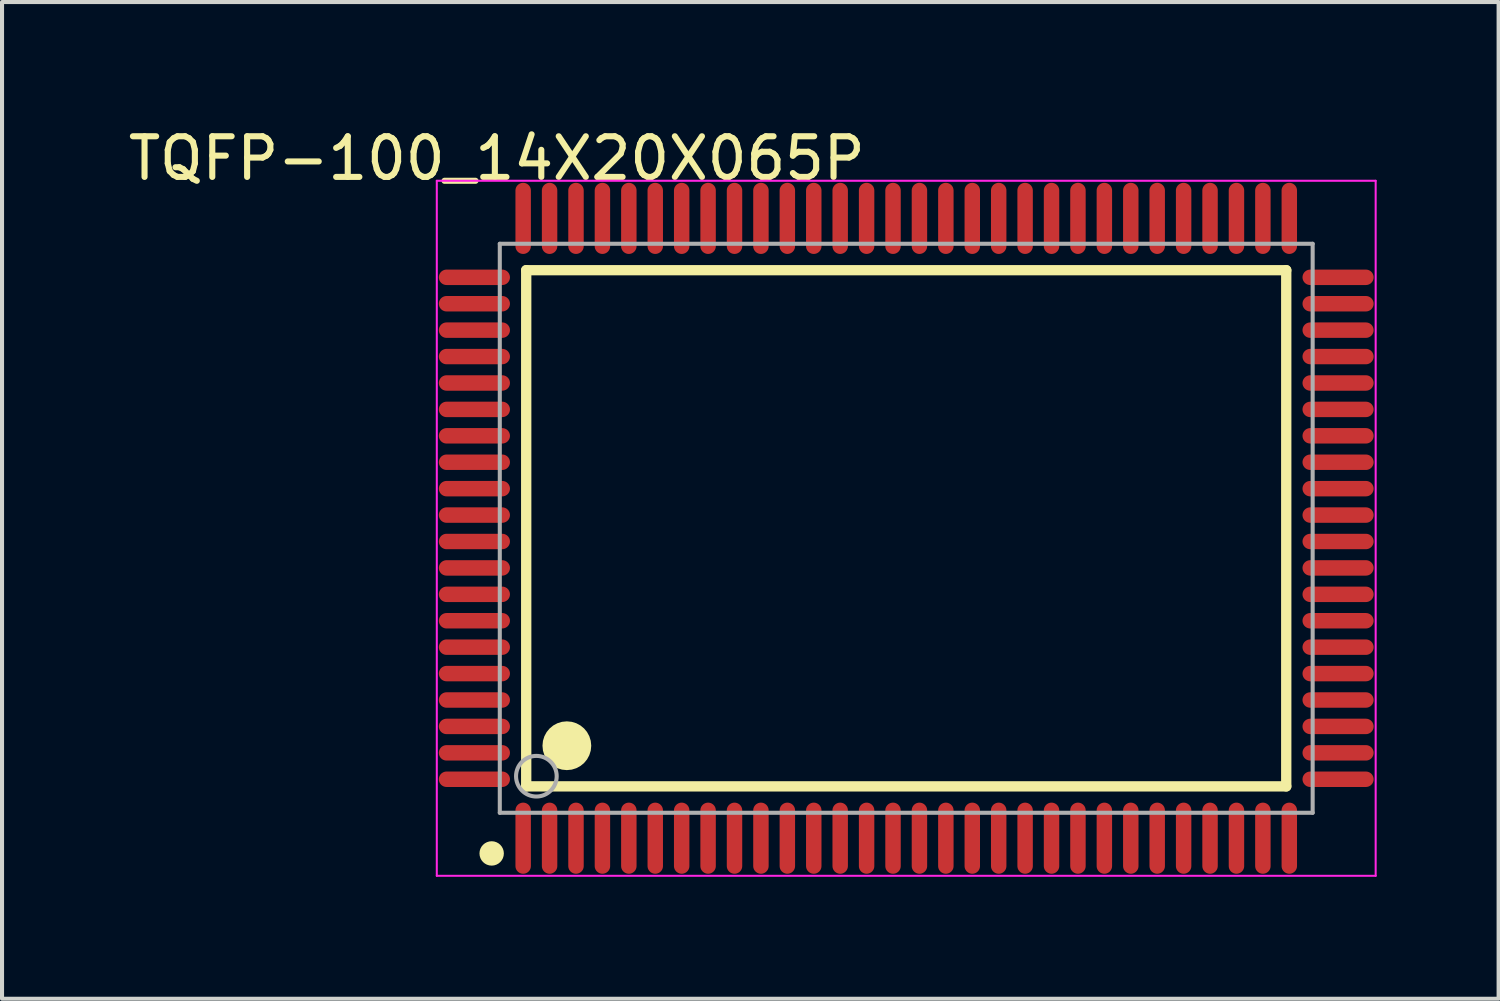
<source format=kicad_pcb>
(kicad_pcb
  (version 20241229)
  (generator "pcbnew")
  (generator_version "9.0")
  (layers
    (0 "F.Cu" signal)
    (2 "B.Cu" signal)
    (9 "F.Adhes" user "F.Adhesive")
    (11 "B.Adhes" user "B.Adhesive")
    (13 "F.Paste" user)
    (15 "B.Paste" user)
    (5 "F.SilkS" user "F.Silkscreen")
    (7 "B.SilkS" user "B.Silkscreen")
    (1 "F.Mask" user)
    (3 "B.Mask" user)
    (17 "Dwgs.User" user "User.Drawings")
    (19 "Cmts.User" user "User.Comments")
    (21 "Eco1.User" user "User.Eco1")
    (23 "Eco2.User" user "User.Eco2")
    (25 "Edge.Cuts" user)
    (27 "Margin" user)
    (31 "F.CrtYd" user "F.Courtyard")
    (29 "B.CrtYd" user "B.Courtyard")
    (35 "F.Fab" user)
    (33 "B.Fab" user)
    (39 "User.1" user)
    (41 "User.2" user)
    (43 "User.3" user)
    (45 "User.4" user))
  (footprint "TQFP-100_14X20X065P"
    (layer "F.Cu")
    (at 19.247 9.948)
    (property "Reference" "TQFP-100_14X20X065P" (at -10.074 -9.1 0) (layer "F.SilkS") (effects (font (size 1 1) (thickness 0.15))))
    (attr through_hole)
    (fp_line (start -9.35 -6.35) (end 9.35 -6.35) (stroke (width 0.254) (type solid)) (layer "F.SilkS"))
    (fp_line (start -9.35 6.35) (end -9.35 -6.35) (stroke (width 0.254) (type solid)) (layer "F.SilkS"))
    (fp_line (start -9.35 6.35) (end 9.35 6.35) (stroke (width 0.254) (type solid)) (layer "F.SilkS"))
    (fp_line (start 9.35 6.35) (end 9.35 -6.35) (stroke (width 0.254) (type solid)) (layer "F.SilkS"))
    (fp_circle (center -10.2 8) (end -10.05 8) (stroke (width 0.3) (type solid)) (fill no) (layer "F.SilkS"))
    (fp_circle (center -8.35 5.35) (end -8.05 5.35) (stroke (width 0.6) (type solid)) (fill no) (layer "F.SilkS"))
    (fp_line (start -11.55 -8.55) (end 11.55 -8.55) (stroke (width 0.05) (type solid)) (layer "F.CrtYd"))
    (fp_line (start -11.55 8.55) (end -11.55 -8.55) (stroke (width 0.05) (type solid)) (layer "F.CrtYd"))
    (fp_line (start 11.55 -8.55) (end 11.55 8.55) (stroke (width 0.05) (type solid)) (layer "F.CrtYd"))
    (fp_line (start 11.55 8.55) (end -11.55 8.55) (stroke (width 0.05) (type solid)) (layer "F.CrtYd"))
    (fp_line (start -10 -7) (end 10 -7) (stroke (width 0.1) (type solid)) (layer "F.Fab"))
    (fp_line (start -10 7) (end -10 -7) (stroke (width 0.1) (type solid)) (layer "F.Fab"))
    (fp_line (start -10 7) (end 10 7) (stroke (width 0.1) (type solid)) (layer "F.Fab"))
    (fp_line (start 10 7) (end 10 -7) (stroke (width 0.1) (type solid)) (layer "F.Fab"))
    (fp_circle (center -9.1 6.1) (end -8.6 6.1) (stroke (width 0.1) (type solid)) (fill no) (layer "F.Fab"))
    (pad "1" smd oval (at -9.425 7.625 180) (size 0.38 1.75) (layers "F.Cu" "F.Mask" "F.Paste"))
    (pad "2" smd oval (at -8.775 7.625 180) (size 0.38 1.75) (layers "F.Cu" "F.Mask" "F.Paste"))
    (pad "3" smd oval (at -8.125 7.625 180) (size 0.38 1.75) (layers "F.Cu" "F.Mask" "F.Paste"))
    (pad "4" smd oval (at -7.475 7.625 180) (size 0.38 1.75) (layers "F.Cu" "F.Mask" "F.Paste"))
    (pad "5" smd oval (at -6.825 7.625 180) (size 0.38 1.75) (layers "F.Cu" "F.Mask" "F.Paste"))
    (pad "6" smd oval (at -6.175 7.625 180) (size 0.38 1.75) (layers "F.Cu" "F.Mask" "F.Paste"))
    (pad "7" smd oval (at -5.525 7.625 180) (size 0.38 1.75) (layers "F.Cu" "F.Mask" "F.Paste"))
    (pad "8" smd oval (at -4.875 7.625 180) (size 0.38 1.75) (layers "F.Cu" "F.Mask" "F.Paste"))
    (pad "9" smd oval (at -4.225 7.625 180) (size 0.38 1.75) (layers "F.Cu" "F.Mask" "F.Paste"))
    (pad "10" smd oval (at -3.575 7.625 180) (size 0.38 1.75) (layers "F.Cu" "F.Mask" "F.Paste"))
    (pad "11" smd oval (at -2.925 7.625 180) (size 0.38 1.75) (layers "F.Cu" "F.Mask" "F.Paste"))
    (pad "12" smd oval (at -2.275 7.625 180) (size 0.38 1.75) (layers "F.Cu" "F.Mask" "F.Paste"))
    (pad "13" smd oval (at -1.625 7.625 180) (size 0.38 1.75) (layers "F.Cu" "F.Mask" "F.Paste"))
    (pad "14" smd oval (at -0.975 7.625 180) (size 0.38 1.75) (layers "F.Cu" "F.Mask" "F.Paste"))
    (pad "15" smd oval (at -0.325 7.625 180) (size 0.38 1.75) (layers "F.Cu" "F.Mask" "F.Paste"))
    (pad "16" smd oval (at 0.325 7.625 180) (size 0.38 1.75) (layers "F.Cu" "F.Mask" "F.Paste"))
    (pad "17" smd oval (at 0.975 7.625 180) (size 0.38 1.75) (layers "F.Cu" "F.Mask" "F.Paste"))
    (pad "18" smd oval (at 1.625 7.625 180) (size 0.38 1.75) (layers "F.Cu" "F.Mask" "F.Paste"))
    (pad "19" smd oval (at 2.275 7.625 180) (size 0.38 1.75) (layers "F.Cu" "F.Mask" "F.Paste"))
    (pad "20" smd oval (at 2.925 7.625 180) (size 0.38 1.75) (layers "F.Cu" "F.Mask" "F.Paste"))
    (pad "21" smd oval (at 3.575 7.625 180) (size 0.38 1.75) (layers "F.Cu" "F.Mask" "F.Paste"))
    (pad "22" smd oval (at 4.225 7.625 180) (size 0.38 1.75) (layers "F.Cu" "F.Mask" "F.Paste"))
    (pad "23" smd oval (at 4.875 7.625 180) (size 0.38 1.75) (layers "F.Cu" "F.Mask" "F.Paste"))
    (pad "24" smd oval (at 5.525 7.625 180) (size 0.38 1.75) (layers "F.Cu" "F.Mask" "F.Paste"))
    (pad "25" smd oval (at 6.175 7.625 180) (size 0.38 1.75) (layers "F.Cu" "F.Mask" "F.Paste"))
    (pad "26" smd oval (at 6.825 7.625 180) (size 0.38 1.75) (layers "F.Cu" "F.Mask" "F.Paste"))
    (pad "27" smd oval (at 7.475 7.625 180) (size 0.38 1.75) (layers "F.Cu" "F.Mask" "F.Paste"))
    (pad "28" smd oval (at 8.125 7.625 180) (size 0.38 1.75) (layers "F.Cu" "F.Mask" "F.Paste"))
    (pad "29" smd oval (at 8.775 7.625 180) (size 0.38 1.75) (layers "F.Cu" "F.Mask" "F.Paste"))
    (pad "30" smd oval (at 9.425 7.625 180) (size 0.38 1.75) (layers "F.Cu" "F.Mask" "F.Paste"))
    (pad "31" smd oval (at 10.625 6.175 90) (size 0.38 1.75) (layers "F.Cu" "F.Mask" "F.Paste"))
    (pad "32" smd oval (at 10.625 5.525 90) (size 0.38 1.75) (layers "F.Cu" "F.Mask" "F.Paste"))
    (pad "33" smd oval (at 10.625 4.875 90) (size 0.38 1.75) (layers "F.Cu" "F.Mask" "F.Paste"))
    (pad "34" smd oval (at 10.625 4.225 90) (size 0.38 1.75) (layers "F.Cu" "F.Mask" "F.Paste"))
    (pad "35" smd oval (at 10.625 3.575 90) (size 0.38 1.75) (layers "F.Cu" "F.Mask" "F.Paste"))
    (pad "36" smd oval (at 10.625 2.925 90) (size 0.38 1.75) (layers "F.Cu" "F.Mask" "F.Paste"))
    (pad "37" smd oval (at 10.625 2.275 90) (size 0.38 1.75) (layers "F.Cu" "F.Mask" "F.Paste"))
    (pad "38" smd oval (at 10.625 1.625 90) (size 0.38 1.75) (layers "F.Cu" "F.Mask" "F.Paste"))
    (pad "39" smd oval (at 10.625 0.975 90) (size 0.38 1.75) (layers "F.Cu" "F.Mask" "F.Paste"))
    (pad "40" smd oval (at 10.625 0.325 90) (size 0.38 1.75) (layers "F.Cu" "F.Mask" "F.Paste"))
    (pad "41" smd oval (at 10.625 -0.325 90) (size 0.38 1.75) (layers "F.Cu" "F.Mask" "F.Paste"))
    (pad "42" smd oval (at 10.625 -0.975 90) (size 0.38 1.75) (layers "F.Cu" "F.Mask" "F.Paste"))
    (pad "43" smd oval (at 10.625 -1.625 90) (size 0.38 1.75) (layers "F.Cu" "F.Mask" "F.Paste"))
    (pad "44" smd oval (at 10.625 -2.275 90) (size 0.38 1.75) (layers "F.Cu" "F.Mask" "F.Paste"))
    (pad "45" smd oval (at 10.625 -2.925 90) (size 0.38 1.75) (layers "F.Cu" "F.Mask" "F.Paste"))
    (pad "46" smd oval (at 10.625 -3.575 90) (size 0.38 1.75) (layers "F.Cu" "F.Mask" "F.Paste"))
    (pad "47" smd oval (at 10.625 -4.225 90) (size 0.38 1.75) (layers "F.Cu" "F.Mask" "F.Paste"))
    (pad "48" smd oval (at 10.625 -4.875 90) (size 0.38 1.75) (layers "F.Cu" "F.Mask" "F.Paste"))
    (pad "49" smd oval (at 10.625 -5.525 90) (size 0.38 1.75) (layers "F.Cu" "F.Mask" "F.Paste"))
    (pad "50" smd oval (at 10.625 -6.175 90) (size 0.38 1.75) (layers "F.Cu" "F.Mask" "F.Paste"))
    (pad "51" smd oval (at 9.425 -7.625 180) (size 0.38 1.75) (layers "F.Cu" "F.Mask" "F.Paste"))
    (pad "52" smd oval (at 8.775 -7.625 180) (size 0.38 1.75) (layers "F.Cu" "F.Mask" "F.Paste"))
    (pad "53" smd oval (at 8.125 -7.625 180) (size 0.38 1.75) (layers "F.Cu" "F.Mask" "F.Paste"))
    (pad "54" smd oval (at 7.475 -7.625 180) (size 0.38 1.75) (layers "F.Cu" "F.Mask" "F.Paste"))
    (pad "55" smd oval (at 6.825 -7.625 180) (size 0.38 1.75) (layers "F.Cu" "F.Mask" "F.Paste"))
    (pad "56" smd oval (at 6.175 -7.625 180) (size 0.38 1.75) (layers "F.Cu" "F.Mask" "F.Paste"))
    (pad "57" smd oval (at 5.525 -7.625 180) (size 0.38 1.75) (layers "F.Cu" "F.Mask" "F.Paste"))
    (pad "58" smd oval (at 4.875 -7.625 180) (size 0.38 1.75) (layers "F.Cu" "F.Mask" "F.Paste"))
    (pad "59" smd oval (at 4.225 -7.625 180) (size 0.38 1.75) (layers "F.Cu" "F.Mask" "F.Paste"))
    (pad "60" smd oval (at 3.575 -7.625 180) (size 0.38 1.75) (layers "F.Cu" "F.Mask" "F.Paste"))
    (pad "61" smd oval (at 2.925 -7.625 180) (size 0.38 1.75) (layers "F.Cu" "F.Mask" "F.Paste"))
    (pad "62" smd oval (at 2.275 -7.625 180) (size 0.38 1.75) (layers "F.Cu" "F.Mask" "F.Paste"))
    (pad "63" smd oval (at 1.625 -7.625 180) (size 0.38 1.75) (layers "F.Cu" "F.Mask" "F.Paste"))
    (pad "64" smd oval (at 0.975 -7.625 180) (size 0.38 1.75) (layers "F.Cu" "F.Mask" "F.Paste"))
    (pad "65" smd oval (at 0.325 -7.625 180) (size 0.38 1.75) (layers "F.Cu" "F.Mask" "F.Paste"))
    (pad "66" smd oval (at -0.325 -7.625 180) (size 0.38 1.75) (layers "F.Cu" "F.Mask" "F.Paste"))
    (pad "67" smd oval (at -0.975 -7.625 180) (size 0.38 1.75) (layers "F.Cu" "F.Mask" "F.Paste"))
    (pad "68" smd oval (at -1.625 -7.625 180) (size 0.38 1.75) (layers "F.Cu" "F.Mask" "F.Paste"))
    (pad "69" smd oval (at -2.275 -7.625 180) (size 0.38 1.75) (layers "F.Cu" "F.Mask" "F.Paste"))
    (pad "70" smd oval (at -2.925 -7.625 180) (size 0.38 1.75) (layers "F.Cu" "F.Mask" "F.Paste"))
    (pad "71" smd oval (at -3.575 -7.625 180) (size 0.38 1.75) (layers "F.Cu" "F.Mask" "F.Paste"))
    (pad "72" smd oval (at -4.225 -7.625 180) (size 0.38 1.75) (layers "F.Cu" "F.Mask" "F.Paste"))
    (pad "73" smd oval (at -4.875 -7.625 180) (size 0.38 1.75) (layers "F.Cu" "F.Mask" "F.Paste"))
    (pad "74" smd oval (at -5.525 -7.625 180) (size 0.38 1.75) (layers "F.Cu" "F.Mask" "F.Paste"))
    (pad "75" smd oval (at -6.175 -7.625 180) (size 0.38 1.75) (layers "F.Cu" "F.Mask" "F.Paste"))
    (pad "76" smd oval (at -6.825 -7.625 180) (size 0.38 1.75) (layers "F.Cu" "F.Mask" "F.Paste"))
    (pad "77" smd oval (at -7.475 -7.625 180) (size 0.38 1.75) (layers "F.Cu" "F.Mask" "F.Paste"))
    (pad "78" smd oval (at -8.125 -7.625 180) (size 0.38 1.75) (layers "F.Cu" "F.Mask" "F.Paste"))
    (pad "79" smd oval (at -8.775 -7.625 180) (size 0.38 1.75) (layers "F.Cu" "F.Mask" "F.Paste"))
    (pad "80" smd oval (at -9.425 -7.625 180) (size 0.38 1.75) (layers "F.Cu" "F.Mask" "F.Paste"))
    (pad "81" smd oval (at -10.625 -6.175 90) (size 0.38 1.75) (layers "F.Cu" "F.Mask" "F.Paste"))
    (pad "82" smd oval (at -10.625 -5.525 90) (size 0.38 1.75) (layers "F.Cu" "F.Mask" "F.Paste"))
    (pad "83" smd oval (at -10.625 -4.875 90) (size 0.38 1.75) (layers "F.Cu" "F.Mask" "F.Paste"))
    (pad "84" smd oval (at -10.625 -4.225 90) (size 0.38 1.75) (layers "F.Cu" "F.Mask" "F.Paste"))
    (pad "85" smd oval (at -10.625 -3.575 90) (size 0.38 1.75) (layers "F.Cu" "F.Mask" "F.Paste"))
    (pad "86" smd oval (at -10.625 -2.925 90) (size 0.38 1.75) (layers "F.Cu" "F.Mask" "F.Paste"))
    (pad "87" smd oval (at -10.625 -2.275 90) (size 0.38 1.75) (layers "F.Cu" "F.Mask" "F.Paste"))
    (pad "88" smd oval (at -10.625 -1.625 90) (size 0.38 1.75) (layers "F.Cu" "F.Mask" "F.Paste"))
    (pad "89" smd oval (at -10.625 -0.975 90) (size 0.38 1.75) (layers "F.Cu" "F.Mask" "F.Paste"))
    (pad "90" smd oval (at -10.625 -0.325 90) (size 0.38 1.75) (layers "F.Cu" "F.Mask" "F.Paste"))
    (pad "91" smd oval (at -10.625 0.325 90) (size 0.38 1.75) (layers "F.Cu" "F.Mask" "F.Paste"))
    (pad "92" smd oval (at -10.625 0.975 90) (size 0.38 1.75) (layers "F.Cu" "F.Mask" "F.Paste"))
    (pad "93" smd oval (at -10.625 1.625 90) (size 0.38 1.75) (layers "F.Cu" "F.Mask" "F.Paste"))
    (pad "94" smd oval (at -10.625 2.275 90) (size 0.38 1.75) (layers "F.Cu" "F.Mask" "F.Paste"))
    (pad "95" smd oval (at -10.625 2.925 90) (size 0.38 1.75) (layers "F.Cu" "F.Mask" "F.Paste"))
    (pad "96" smd oval (at -10.625 3.575 90) (size 0.38 1.75) (layers "F.Cu" "F.Mask" "F.Paste"))
    (pad "97" smd oval (at -10.625 4.225 90) (size 0.38 1.75) (layers "F.Cu" "F.Mask" "F.Paste"))
    (pad "98" smd oval (at -10.625 4.875 90) (size 0.38 1.75) (layers "F.Cu" "F.Mask" "F.Paste"))
    (pad "99" smd oval (at -10.625 5.525 90) (size 0.38 1.75) (layers "F.Cu" "F.Mask" "F.Paste"))
    (pad "100" smd oval (at -10.625 6.175 90) (size 0.38 1.75) (layers "F.Cu" "F.Mask" "F.Paste")))
  (gr_rect
    (start -3 -3)
    (end 33.822 21.523)
    (stroke (width 0.1) (type default))
    (fill no)
    (layer "Edge.Cuts")))
</source>
